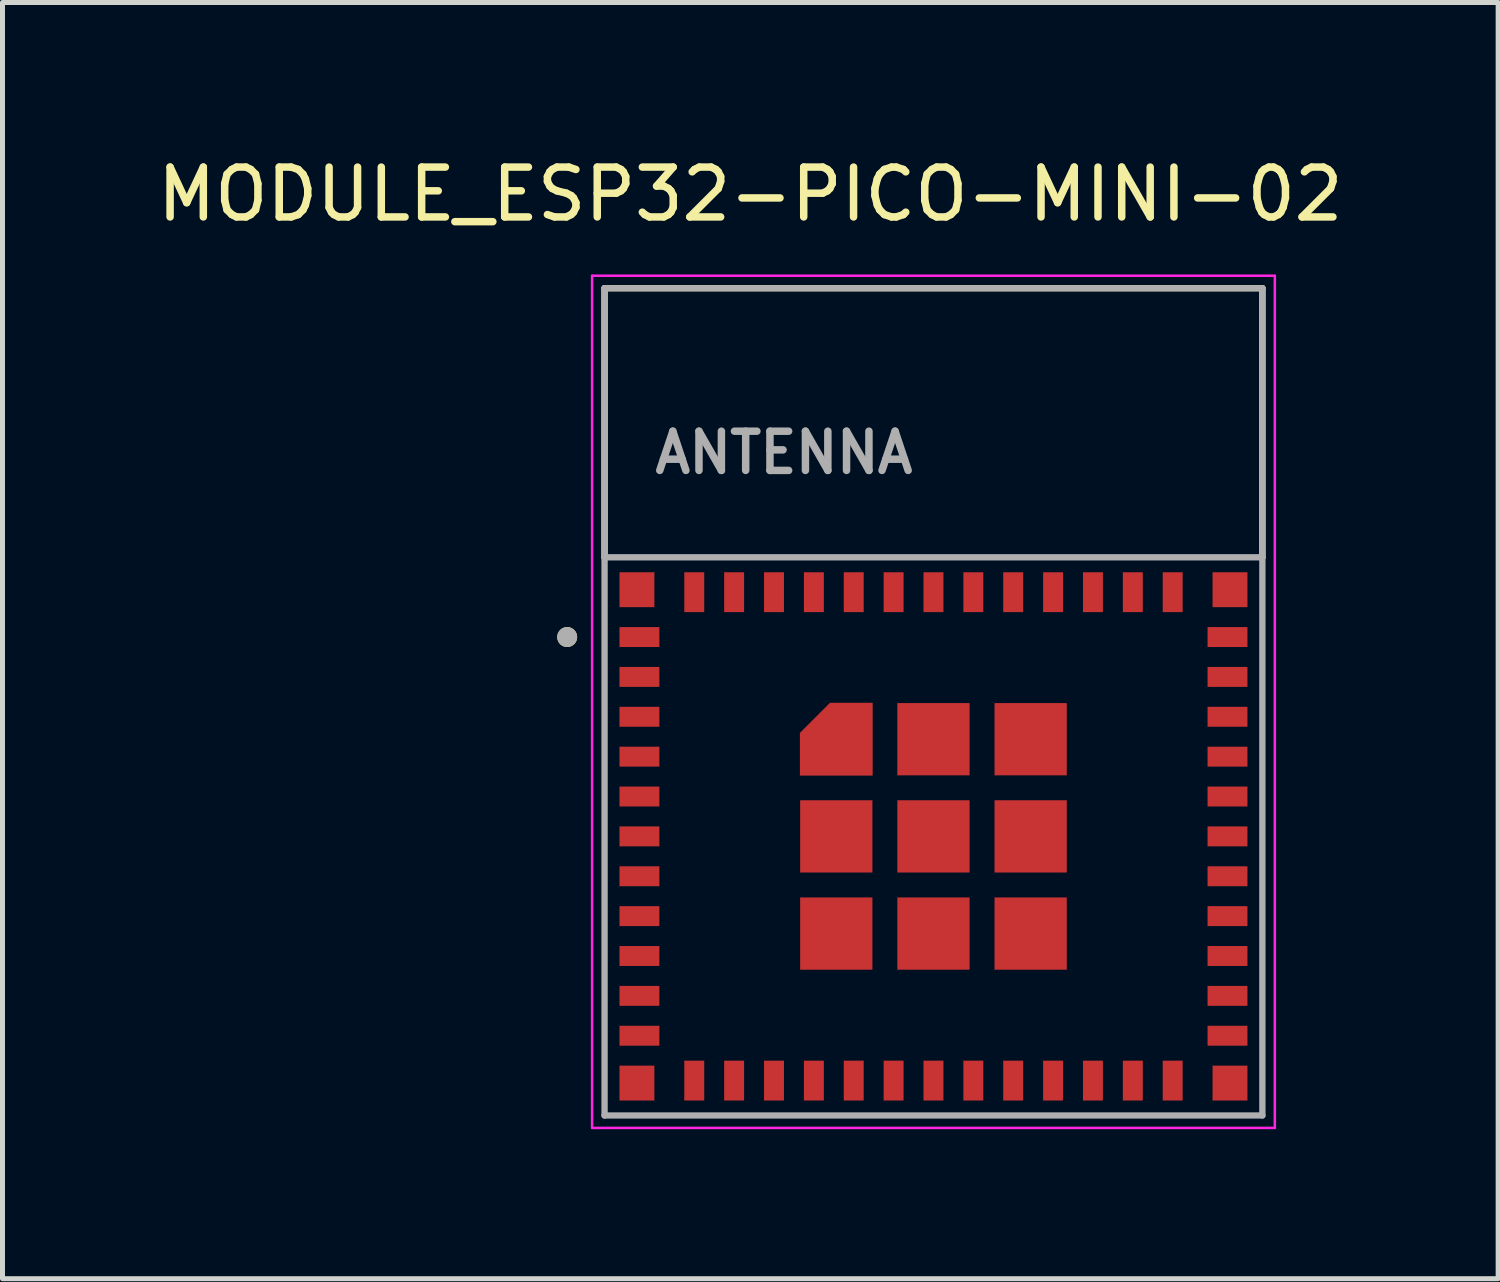
<source format=kicad_pcb>
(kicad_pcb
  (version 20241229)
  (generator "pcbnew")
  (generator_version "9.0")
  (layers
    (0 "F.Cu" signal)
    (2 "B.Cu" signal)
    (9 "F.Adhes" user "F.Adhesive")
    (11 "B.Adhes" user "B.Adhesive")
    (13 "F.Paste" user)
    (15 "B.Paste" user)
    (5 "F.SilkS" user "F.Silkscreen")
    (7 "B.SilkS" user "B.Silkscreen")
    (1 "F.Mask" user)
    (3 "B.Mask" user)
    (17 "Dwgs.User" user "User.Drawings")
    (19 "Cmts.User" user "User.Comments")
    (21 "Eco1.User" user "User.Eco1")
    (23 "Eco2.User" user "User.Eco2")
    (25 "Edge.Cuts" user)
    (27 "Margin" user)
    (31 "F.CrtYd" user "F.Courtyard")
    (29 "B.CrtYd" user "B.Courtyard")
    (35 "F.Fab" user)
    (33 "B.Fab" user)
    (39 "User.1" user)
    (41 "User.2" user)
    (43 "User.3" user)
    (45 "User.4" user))
  (footprint "MODULE_ESP32-PICO-MINI-02"
    (layer "F.Cu")
    (at 15.681 13.733)
    (property "Reference" "MODULE_ESP32-PICO-MINI-02" (at -3.675 -12.885 0) (layer "F.SilkS") (effects (font (size 1 1) (thickness 0.15))))
    (attr through_hole)
    (fp_poly (pts (xy -1.125 -1.125) (xy -1.125 -2.775) (xy -2.175 -2.775) (xy -2.775 -2.175) (xy -2.775 -1.125)) (stroke (width 0.01) (type solid)) (fill yes) (layer "F.Mask"))
    (fp_line (start -6.6 -11) (end 6.6 -11) (stroke (width 0.127) (type solid)) (layer "F.SilkS"))
    (fp_line (start -6.6 -5.6) (end -6.6 -11) (stroke (width 0.127) (type solid)) (layer "F.SilkS"))
    (fp_line (start 6.6 -11) (end 6.6 -5.6) (stroke (width 0.127) (type solid)) (layer "F.SilkS"))
    (fp_circle (center -7.35 -4) (end -7.25 -4) (stroke (width 0.2) (type solid)) (fill no) (layer "F.SilkS"))
    (fp_poly (pts (xy -1.225 -1.225) (xy -1.225 -2.675) (xy -2.075 -2.675) (xy -2.675 -2.075) (xy -2.675 -1.225)) (stroke (width 0.01) (type solid)) (fill yes) (layer "F.Paste"))
    (fp_line (start -6.85 -11.25) (end -6.85 5.85) (stroke (width 0.05) (type solid)) (layer "F.CrtYd"))
    (fp_line (start -6.85 5.85) (end 6.85 5.85) (stroke (width 0.05) (type solid)) (layer "F.CrtYd"))
    (fp_line (start 6.85 -11.25) (end -6.85 -11.25) (stroke (width 0.05) (type solid)) (layer "F.CrtYd"))
    (fp_line (start 6.85 5.85) (end 6.85 -11.25) (stroke (width 0.05) (type solid)) (layer "F.CrtYd"))
    (fp_line (start -6.6 -11) (end 6.6 -11) (stroke (width 0.127) (type solid)) (layer "F.Fab"))
    (fp_line (start -6.6 -5.6) (end -6.6 -11) (stroke (width 0.127) (type solid)) (layer "F.Fab"))
    (fp_line (start -6.6 -5.6) (end 6.6 -5.6) (stroke (width 0.127) (type solid)) (layer "F.Fab"))
    (fp_line (start -6.6 5.6) (end -6.6 -5.6) (stroke (width 0.127) (type solid)) (layer "F.Fab"))
    (fp_line (start 6.6 -11) (end 6.6 -5.6) (stroke (width 0.127) (type solid)) (layer "F.Fab"))
    (fp_line (start 6.6 -5.6) (end 6.6 5.6) (stroke (width 0.127) (type solid)) (layer "F.Fab"))
    (fp_line (start 6.6 5.6) (end -6.6 5.6) (stroke (width 0.127) (type solid)) (layer "F.Fab"))
    (fp_circle (center -7.35 -4) (end -7.25 -4) (stroke (width 0.2) (type solid)) (fill no) (layer "F.Fab"))
    (fp_text user "ANTENNA" (at -3 -7.7 0) (layer "F.Fab") (effects (font (size 0.787 0.787) (thickness 0.15))))
    (pad "1" smd rect (at -5.9 -4) (size 0.8 0.4) (layers "F.Cu" "F.Mask" "F.Paste"))
    (pad "2" smd rect (at -5.9 -3.2) (size 0.8 0.4) (layers "F.Cu" "F.Mask" "F.Paste"))
    (pad "3" smd rect (at -5.9 -2.4) (size 0.8 0.4) (layers "F.Cu" "F.Mask" "F.Paste"))
    (pad "4" smd rect (at -5.9 -1.6) (size 0.8 0.4) (layers "F.Cu" "F.Mask" "F.Paste"))
    (pad "5" smd rect (at -5.9 -0.8) (size 0.8 0.4) (layers "F.Cu" "F.Mask" "F.Paste"))
    (pad "6" smd rect (at -5.9 0) (size 0.8 0.4) (layers "F.Cu" "F.Mask" "F.Paste"))
    (pad "7" smd rect (at -5.9 0.8) (size 0.8 0.4) (layers "F.Cu" "F.Mask" "F.Paste"))
    (pad "8" smd rect (at -5.9 1.6) (size 0.8 0.4) (layers "F.Cu" "F.Mask" "F.Paste"))
    (pad "9" smd rect (at -5.9 2.4) (size 0.8 0.4) (layers "F.Cu" "F.Mask" "F.Paste"))
    (pad "10" smd rect (at -5.9 3.2) (size 0.8 0.4) (layers "F.Cu" "F.Mask" "F.Paste"))
    (pad "11" smd rect (at -5.9 4) (size 0.8 0.4) (layers "F.Cu" "F.Mask" "F.Paste"))
    (pad "12" smd rect (at -4.8 4.9) (size 0.4 0.8) (layers "F.Cu" "F.Mask" "F.Paste"))
    (pad "13" smd rect (at -4 4.9) (size 0.4 0.8) (layers "F.Cu" "F.Mask" "F.Paste"))
    (pad "14" smd rect (at -3.2 4.9) (size 0.4 0.8) (layers "F.Cu" "F.Mask" "F.Paste"))
    (pad "15" smd rect (at -2.4 4.9) (size 0.4 0.8) (layers "F.Cu" "F.Mask" "F.Paste"))
    (pad "16" smd rect (at -1.6 4.9) (size 0.4 0.8) (layers "F.Cu" "F.Mask" "F.Paste"))
    (pad "17" smd rect (at -0.8 4.9) (size 0.4 0.8) (layers "F.Cu" "F.Mask" "F.Paste"))
    (pad "18" smd rect (at 0 4.9) (size 0.4 0.8) (layers "F.Cu" "F.Mask" "F.Paste"))
    (pad "19" smd rect (at 0.8 4.9) (size 0.4 0.8) (layers "F.Cu" "F.Mask" "F.Paste"))
    (pad "20" smd rect (at 1.6 4.9) (size 0.4 0.8) (layers "F.Cu" "F.Mask" "F.Paste"))
    (pad "21" smd rect (at 2.4 4.9) (size 0.4 0.8) (layers "F.Cu" "F.Mask" "F.Paste"))
    (pad "22" smd rect (at 3.2 4.9) (size 0.4 0.8) (layers "F.Cu" "F.Mask" "F.Paste"))
    (pad "23" smd rect (at 4 4.9) (size 0.4 0.8) (layers "F.Cu" "F.Mask" "F.Paste"))
    (pad "24" smd rect (at 4.8 4.9) (size 0.4 0.8) (layers "F.Cu" "F.Mask" "F.Paste"))
    (pad "25" smd rect (at 5.9 4) (size 0.8 0.4) (layers "F.Cu" "F.Mask" "F.Paste"))
    (pad "26" smd rect (at 5.9 3.2) (size 0.8 0.4) (layers "F.Cu" "F.Mask" "F.Paste"))
    (pad "27" smd rect (at 5.9 2.4) (size 0.8 0.4) (layers "F.Cu" "F.Mask" "F.Paste"))
    (pad "28" smd rect (at 5.9 1.6) (size 0.8 0.4) (layers "F.Cu" "F.Mask" "F.Paste"))
    (pad "29" smd rect (at 5.9 0.8) (size 0.8 0.4) (layers "F.Cu" "F.Mask" "F.Paste"))
    (pad "30" smd rect (at 5.9 0) (size 0.8 0.4) (layers "F.Cu" "F.Mask" "F.Paste"))
    (pad "31" smd rect (at 5.9 -0.8) (size 0.8 0.4) (layers "F.Cu" "F.Mask" "F.Paste"))
    (pad "32" smd rect (at 5.9 -1.6) (size 0.8 0.4) (layers "F.Cu" "F.Mask" "F.Paste"))
    (pad "33" smd rect (at 5.9 -2.4) (size 0.8 0.4) (layers "F.Cu" "F.Mask" "F.Paste"))
    (pad "34" smd rect (at 5.9 -3.2) (size 0.8 0.4) (layers "F.Cu" "F.Mask" "F.Paste"))
    (pad "35" smd rect (at 5.9 -4) (size 0.8 0.4) (layers "F.Cu" "F.Mask" "F.Paste"))
    (pad "36" smd rect (at 4.8 -4.9) (size 0.4 0.8) (layers "F.Cu" "F.Mask" "F.Paste"))
    (pad "37" smd rect (at 4 -4.9) (size 0.4 0.8) (layers "F.Cu" "F.Mask" "F.Paste"))
    (pad "38" smd rect (at 3.2 -4.9) (size 0.4 0.8) (layers "F.Cu" "F.Mask" "F.Paste"))
    (pad "39" smd rect (at 2.4 -4.9) (size 0.4 0.8) (layers "F.Cu" "F.Mask" "F.Paste"))
    (pad "40" smd rect (at 1.6 -4.9) (size 0.4 0.8) (layers "F.Cu" "F.Mask" "F.Paste"))
    (pad "41" smd rect (at 0.8 -4.9) (size 0.4 0.8) (layers "F.Cu" "F.Mask" "F.Paste"))
    (pad "42" smd rect (at 0 -4.9) (size 0.4 0.8) (layers "F.Cu" "F.Mask" "F.Paste"))
    (pad "43" smd rect (at -0.8 -4.9) (size 0.4 0.8) (layers "F.Cu" "F.Mask" "F.Paste"))
    (pad "44" smd rect (at -1.6 -4.9) (size 0.4 0.8) (layers "F.Cu" "F.Mask" "F.Paste"))
    (pad "45" smd rect (at -2.4 -4.9) (size 0.4 0.8) (layers "F.Cu" "F.Mask" "F.Paste"))
    (pad "46" smd rect (at -3.2 -4.9) (size 0.4 0.8) (layers "F.Cu" "F.Mask" "F.Paste"))
    (pad "47" smd rect (at -4 -4.9) (size 0.4 0.8) (layers "F.Cu" "F.Mask" "F.Paste"))
    (pad "48" smd rect (at -4.8 -4.9) (size 0.4 0.8) (layers "F.Cu" "F.Mask" "F.Paste"))
    (pad "49" smd rect (at 0 0) (size 1.45 1.45) (layers "F.Cu" "F.Mask" "F.Paste"))
    (pad "50" smd rect (at 5.95 -4.95) (size 0.7 0.7) (layers "F.Cu" "F.Mask" "F.Paste"))
    (pad "51" smd rect (at 5.95 4.95) (size 0.7 0.7) (layers "F.Cu" "F.Mask" "F.Paste"))
    (pad "52" smd rect (at -5.95 4.95) (size 0.7 0.7) (layers "F.Cu" "F.Mask" "F.Paste"))
    (pad "53" smd rect (at -5.95 -4.95) (size 0.7 0.7) (layers "F.Cu" "F.Mask" "F.Paste"))
    (pad "54" smd rect (at -1.95 0) (size 1.45 1.45) (layers "F.Cu" "F.Mask" "F.Paste"))
    (pad "55" smd rect (at -1.95 1.95) (size 1.45 1.45) (layers "F.Cu" "F.Mask" "F.Paste"))
    (pad "56" smd rect (at 0 1.95) (size 1.45 1.45) (layers "F.Cu" "F.Mask" "F.Paste"))
    (pad "57" smd rect (at 1.95 1.95) (size 1.45 1.45) (layers "F.Cu" "F.Mask" "F.Paste"))
    (pad "58" smd rect (at 1.95 0) (size 1.45 1.45) (layers "F.Cu" "F.Mask" "F.Paste"))
    (pad "59" smd rect (at 1.95 -1.95) (size 1.45 1.45) (layers "F.Cu" "F.Mask" "F.Paste"))
    (pad "60" smd rect (at 0 -1.95) (size 1.45 1.45) (layers "F.Cu" "F.Mask" "F.Paste"))
    (pad "61" smd custom (at -1.95 -1.95) (size 0.5 0.5) (layers "F.Cu") (options (anchor rect)) (primitives (gr_poly (pts (xy 0.725 0.725) (xy 0.725 -0.725) (xy -0.125 -0.725) (xy -0.725 -0.125) (xy -0.725 0.725)) (width 0.01) (fill yes))))
    (zone (net_name "") (layer "F.Cu") (hatch full 0.508) (connect_pads) (min_thickness 0.01) (filled_areas_thickness no) (keepout (tracks not_allowed) (vias not_allowed) (pads not_allowed) (copperpour not_allowed) (footprints allowed)) (placement (enabled no)) (fill) (polygon (pts (xy 9.081 2.733) (xy 22.281 2.733) (xy 22.281 8.133) (xy 9.081 8.133))))
    (zone (net_name "") (layers "F.Cu" "B.Cu") (hatch full 0.508) (connect_pads) (min_thickness 0.01) (filled_areas_thickness no) (keepout (tracks allowed) (vias not_allowed) (pads allowed) (copperpour allowed) (footprints allowed)) (placement (enabled no)) (fill) (polygon (pts (xy 9.081 2.733) (xy 22.281 2.733) (xy 22.281 8.133) (xy 9.081 8.133))))
    (zone (net_name "") (layer "B.Cu") (hatch full 0.508) (connect_pads) (min_thickness 0.01) (filled_areas_thickness no) (keepout (tracks not_allowed) (vias not_allowed) (pads not_allowed) (copperpour not_allowed) (footprints allowed)) (placement (enabled no)) (fill) (polygon (pts (xy 9.081 2.733) (xy 22.281 2.733) (xy 22.281 8.133) (xy 9.081 8.133)))))
  (gr_rect
    (start -3 -3)
    (end 27.012 22.608)
    (stroke (width 0.1) (type default))
    (fill no)
    (layer "Edge.Cuts")))
</source>
